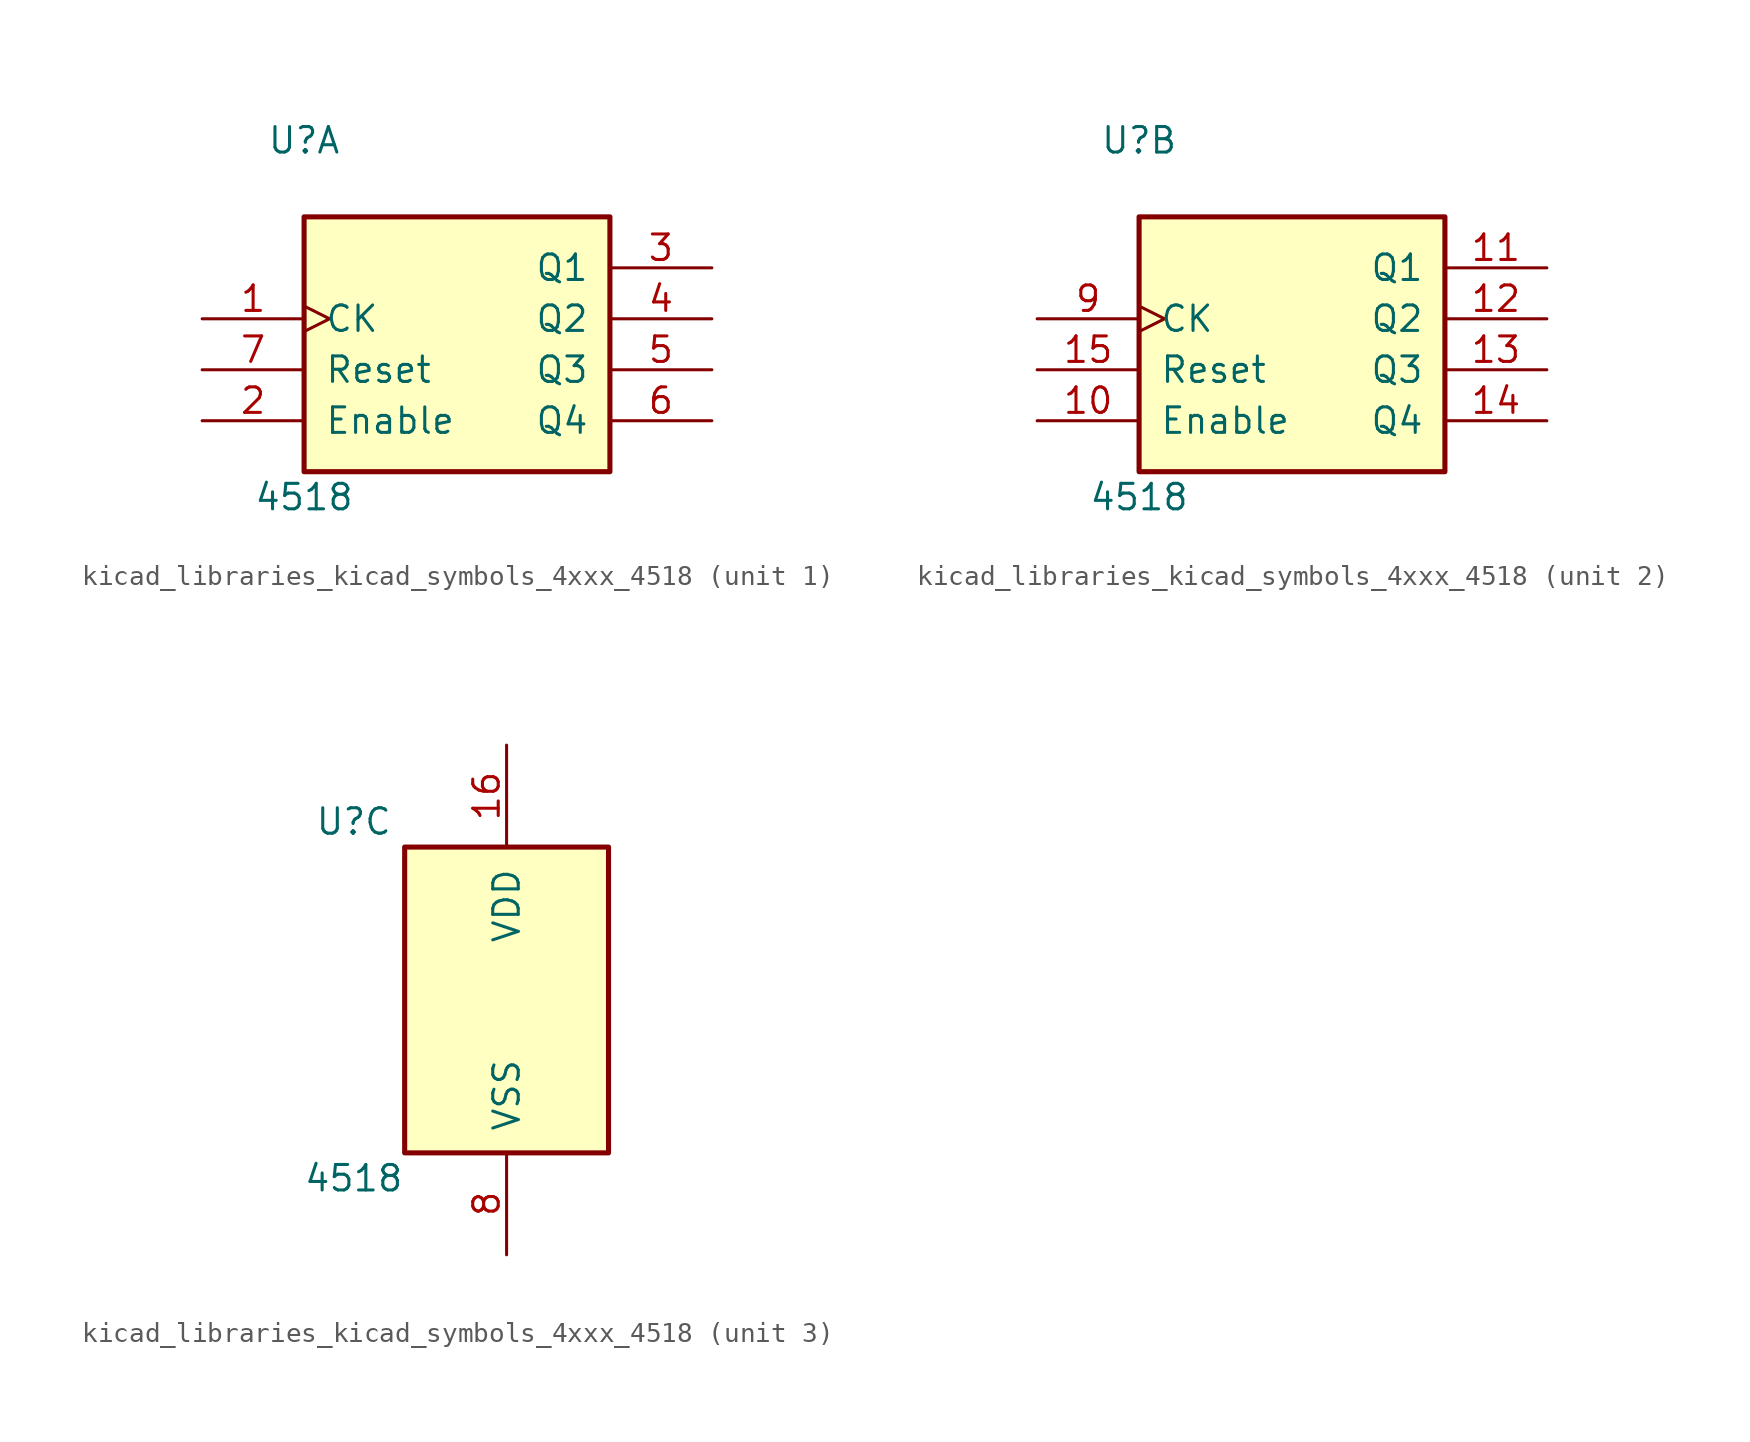
<source format=kicad_sym>
(kicad_symbol_lib
  (version 20220914)
  (generator kicad_symbol_editor)
  (symbol "kicad_libraries_kicad_symbols_4xxx_4518"
    (pin_names
      (offset 1.016))
    (property "Reference" "U"
      (at -7.62 8.89 0)
      (effects (font (size 1.27 1.27))))
    (property "Value" "4518"
      (at -7.62 -8.89 0)
      (effects (font (size 1.27 1.27))))
    (property "ki_locked" ""
      (at 0 0 0)
      (effects (font (size 1.27 1.27))))
    (symbol "kicad_libraries_kicad_symbols_4xxx_4518_1_0"
      (pin input clock (at -12.7 0 0) (length 5.08) (name "CK" (effects (font (size 1.27 1.27)))) (number "1" (effects (font (size 1.27 1.27)))))
      (pin input line (at -12.7 -5.08 0) (length 5.08) (name "Enable" (effects (font (size 1.27 1.27)))) (number "2" (effects (font (size 1.27 1.27)))))
      (pin output line (at 12.7 2.54 180) (length 5.08) (name "Q1" (effects (font (size 1.27 1.27)))) (number "3" (effects (font (size 1.27 1.27)))))
      (pin output line (at 12.7 0 180) (length 5.08) (name "Q2" (effects (font (size 1.27 1.27)))) (number "4" (effects (font (size 1.27 1.27)))))
      (pin output line (at 12.7 -2.54 180) (length 5.08) (name "Q3" (effects (font (size 1.27 1.27)))) (number "5" (effects (font (size 1.27 1.27)))))
      (pin output line (at 12.7 -5.08 180) (length 5.08) (name "Q4" (effects (font (size 1.27 1.27)))) (number "6" (effects (font (size 1.27 1.27)))))
      (pin input line (at -12.7 -2.54 0) (length 5.08) (name "Reset" (effects (font (size 1.27 1.27)))) (number "7" (effects (font (size 1.27 1.27))))))
    (symbol "kicad_libraries_kicad_symbols_4xxx_4518_1_1"
      (rectangle (start -7.62 5.08) (end 7.62 -7.62) (stroke (width 0.254) (type default)) (fill (type background))))
    (symbol "kicad_libraries_kicad_symbols_4xxx_4518_2_0"
      (pin input line (at -12.7 -5.08 0) (length 5.08) (name "Enable" (effects (font (size 1.27 1.27)))) (number "10" (effects (font (size 1.27 1.27)))))
      (pin output line (at 12.7 2.54 180) (length 5.08) (name "Q1" (effects (font (size 1.27 1.27)))) (number "11" (effects (font (size 1.27 1.27)))))
      (pin output line (at 12.7 0 180) (length 5.08) (name "Q2" (effects (font (size 1.27 1.27)))) (number "12" (effects (font (size 1.27 1.27)))))
      (pin output line (at 12.7 -2.54 180) (length 5.08) (name "Q3" (effects (font (size 1.27 1.27)))) (number "13" (effects (font (size 1.27 1.27)))))
      (pin output line (at 12.7 -5.08 180) (length 5.08) (name "Q4" (effects (font (size 1.27 1.27)))) (number "14" (effects (font (size 1.27 1.27)))))
      (pin input line (at -12.7 -2.54 0) (length 5.08) (name "Reset" (effects (font (size 1.27 1.27)))) (number "15" (effects (font (size 1.27 1.27)))))
      (pin input clock (at -12.7 0 0) (length 5.08) (name "CK" (effects (font (size 1.27 1.27)))) (number "9" (effects (font (size 1.27 1.27))))))
    (symbol "kicad_libraries_kicad_symbols_4xxx_4518_2_1"
      (rectangle (start -7.62 5.08) (end 7.62 -7.62) (stroke (width 0.254) (type default)) (fill (type background))))
    (symbol "kicad_libraries_kicad_symbols_4xxx_4518_3_0"
      (pin power_in line (at 0 12.7 270) (length 5.08) (name "VDD" (effects (font (size 1.27 1.27)))) (number "16" (effects (font (size 1.27 1.27)))))
      (pin power_in line (at 0 -12.7 90) (length 5.08) (name "VSS" (effects (font (size 1.27 1.27)))) (number "8" (effects (font (size 1.27 1.27))))))
    (symbol "kicad_libraries_kicad_symbols_4xxx_4518_3_1"
      (rectangle (start -5.08 7.62) (end 5.08 -7.62) (stroke (width 0.254) (type default)) (fill (type background))))))
</source>
